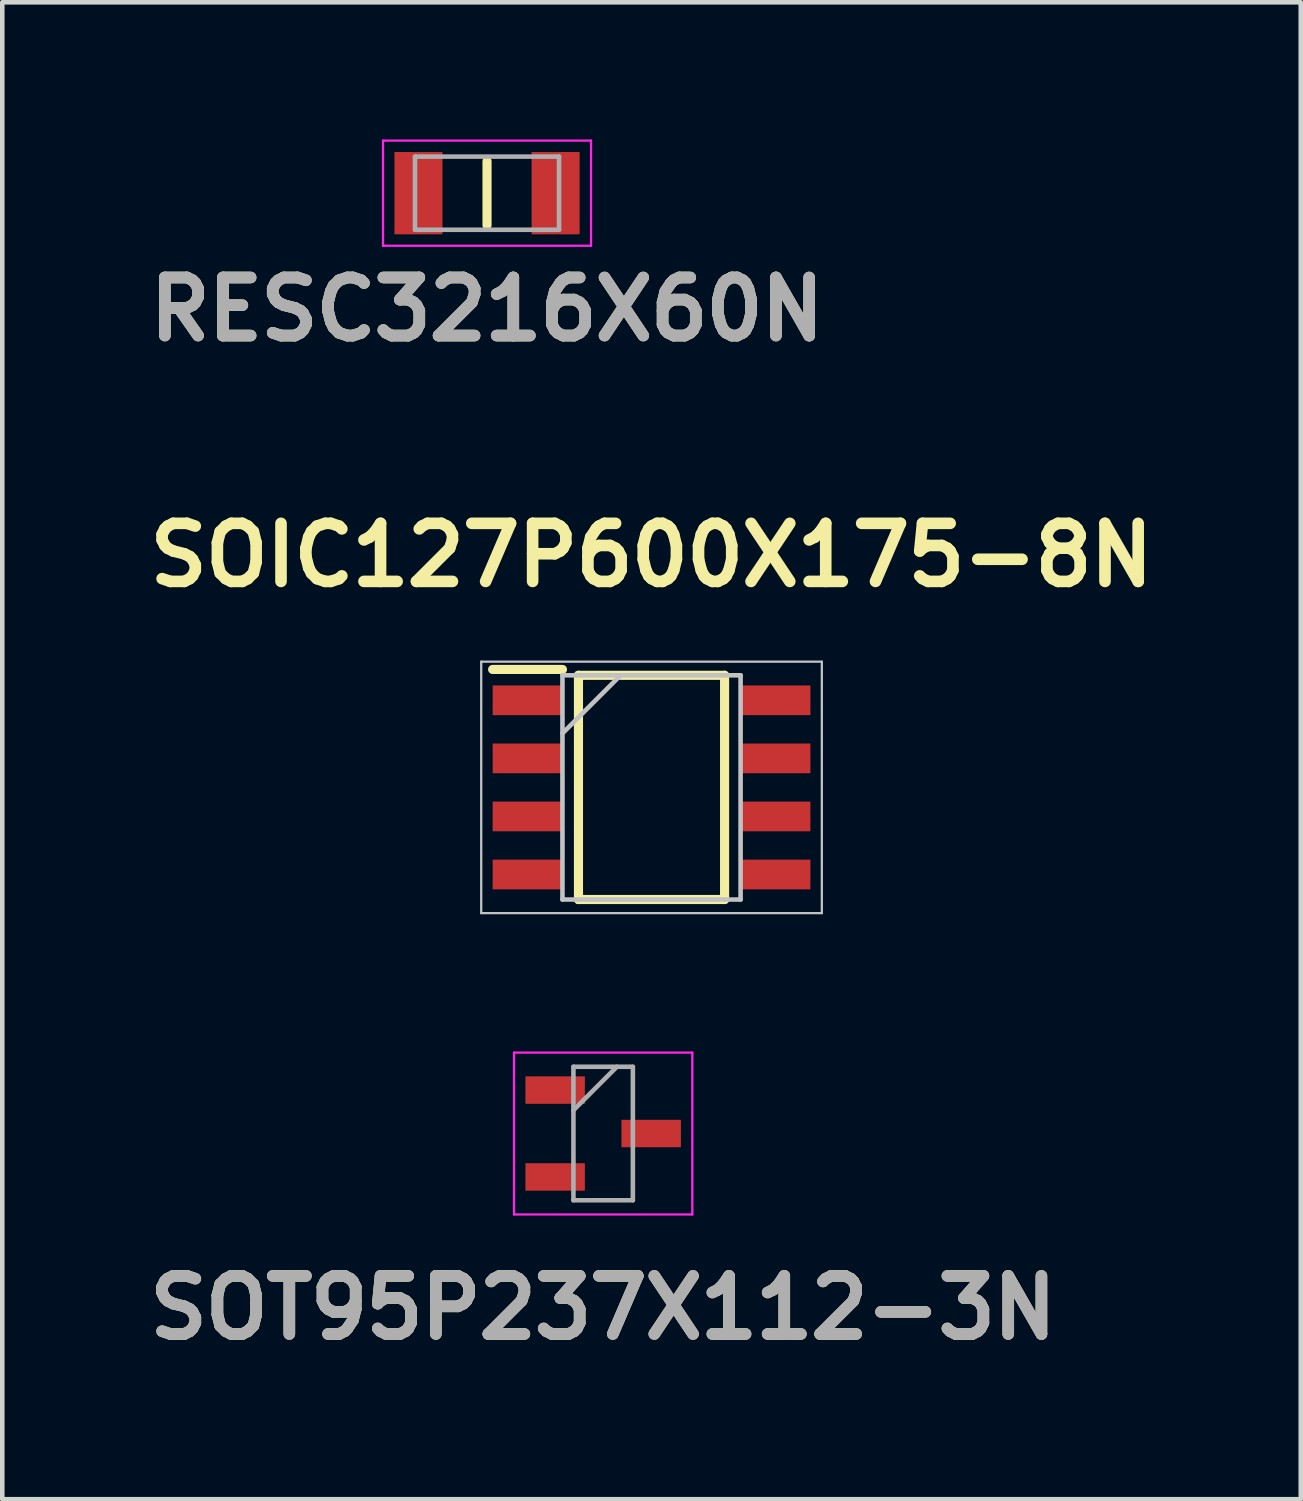
<source format=kicad_pcb>
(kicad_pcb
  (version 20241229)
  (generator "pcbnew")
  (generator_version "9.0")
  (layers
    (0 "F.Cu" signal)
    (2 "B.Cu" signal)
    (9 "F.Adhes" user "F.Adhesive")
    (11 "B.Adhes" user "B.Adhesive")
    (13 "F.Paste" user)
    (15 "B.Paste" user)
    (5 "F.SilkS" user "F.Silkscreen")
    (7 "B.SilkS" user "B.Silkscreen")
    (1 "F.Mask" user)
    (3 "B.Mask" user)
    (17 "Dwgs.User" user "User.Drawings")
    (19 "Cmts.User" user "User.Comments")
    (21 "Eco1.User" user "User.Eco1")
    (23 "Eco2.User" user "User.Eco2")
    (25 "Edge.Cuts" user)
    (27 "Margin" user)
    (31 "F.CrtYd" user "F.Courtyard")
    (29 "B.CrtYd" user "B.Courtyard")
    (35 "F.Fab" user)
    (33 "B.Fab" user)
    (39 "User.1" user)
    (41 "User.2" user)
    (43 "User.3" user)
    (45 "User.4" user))
  (footprint "SOIC127P600X175-8N"
    (layer "F.Cu")
    (at 11.2 14.172)
    (property "Reference" "SOIC127P600X175-8N" (at 0 -5.08 0) (layer "F.SilkS") (effects (font (size 1.27 1.27) (thickness 0.254))))
    (attr smd)
    (fp_line (start -3.475 -2.58) (end -1.948 -2.58) (stroke (width 0.2) (type solid)) (layer "F.SilkS"))
    (fp_line (start -1.598 -2.452) (end 1.598 -2.452) (stroke (width 0.2) (type solid)) (layer "F.SilkS"))
    (fp_line (start -1.598 2.452) (end -1.598 -2.452) (stroke (width 0.2) (type solid)) (layer "F.SilkS"))
    (fp_line (start 1.598 -2.452) (end 1.598 2.452) (stroke (width 0.2) (type solid)) (layer "F.SilkS"))
    (fp_line (start 1.598 2.452) (end -1.598 2.452) (stroke (width 0.2) (type solid)) (layer "F.SilkS"))
    (fp_line (start -3.725 -2.75) (end 3.725 -2.75) (stroke (width 0.05) (type solid)) (layer "Dwgs.User"))
    (fp_line (start -3.725 2.75) (end -3.725 -2.75) (stroke (width 0.05) (type solid)) (layer "Dwgs.User"))
    (fp_line (start -1.948 -2.452) (end 1.948 -2.452) (stroke (width 0.1) (type solid)) (layer "Dwgs.User"))
    (fp_line (start -1.948 -1.182) (end -0.678 -2.452) (stroke (width 0.1) (type solid)) (layer "Dwgs.User"))
    (fp_line (start -1.948 2.452) (end -1.948 -2.452) (stroke (width 0.1) (type solid)) (layer "Dwgs.User"))
    (fp_line (start 1.948 -2.452) (end 1.948 2.452) (stroke (width 0.1) (type solid)) (layer "Dwgs.User"))
    (fp_line (start 1.948 2.452) (end -1.948 2.452) (stroke (width 0.1) (type solid)) (layer "Dwgs.User"))
    (fp_line (start 3.725 -2.75) (end 3.725 2.75) (stroke (width 0.05) (type solid)) (layer "Dwgs.User"))
    (fp_line (start 3.725 2.75) (end -3.725 2.75) (stroke (width 0.05) (type solid)) (layer "Dwgs.User"))
    (pad "1" smd rect (at -2.711 -1.905 90) (size 0.65 1.528) (layers "F.Cu" "F.Mask" "F.Paste"))
    (pad "2" smd rect (at -2.711 -0.635 90) (size 0.65 1.528) (layers "F.Cu" "F.Mask" "F.Paste"))
    (pad "3" smd rect (at -2.711 0.635 90) (size 0.65 1.528) (layers "F.Cu" "F.Mask" "F.Paste"))
    (pad "4" smd rect (at -2.711 1.905 90) (size 0.65 1.528) (layers "F.Cu" "F.Mask" "F.Paste"))
    (pad "5" smd rect (at 2.711 1.905 90) (size 0.65 1.528) (layers "F.Cu" "F.Mask" "F.Paste"))
    (pad "6" smd rect (at 2.711 0.635 90) (size 0.65 1.528) (layers "F.Cu" "F.Mask" "F.Paste"))
    (pad "7" smd rect (at 2.711 -0.635 90) (size 0.65 1.528) (layers "F.Cu" "F.Mask" "F.Paste"))
    (pad "8" smd rect (at 2.711 -1.905 90) (size 0.65 1.528) (layers "F.Cu" "F.Mask" "F.Paste")))
  (footprint "SOT95P237X112-3N"
    (layer "F.Cu")
    (at 10.142 21.742)
    (property "Reference" "SOT95P237X112-3N" (at 0 3.81 0) (layer "F.SilkS") (effects (font (size 1.27 1.27) (thickness 0.254))))
    (attr smd)
    (fp_line (start -1.95 -1.77) (end 1.95 -1.77) (stroke (width 0.05) (type solid)) (layer "F.CrtYd"))
    (fp_line (start -1.95 1.77) (end -1.95 -1.77) (stroke (width 0.05) (type solid)) (layer "F.CrtYd"))
    (fp_line (start 1.95 -1.77) (end 1.95 1.77) (stroke (width 0.05) (type solid)) (layer "F.CrtYd"))
    (fp_line (start 1.95 1.77) (end -1.95 1.77) (stroke (width 0.05) (type solid)) (layer "F.CrtYd"))
    (fp_line (start -0.65 -1.46) (end 0.65 -1.46) (stroke (width 0.1) (type solid)) (layer "F.Fab"))
    (fp_line (start -0.65 -0.51) (end 0.3 -1.46) (stroke (width 0.1) (type solid)) (layer "F.Fab"))
    (fp_line (start -0.65 1.46) (end -0.65 -1.46) (stroke (width 0.1) (type solid)) (layer "F.Fab"))
    (fp_line (start 0.65 -1.46) (end 0.65 1.46) (stroke (width 0.1) (type solid)) (layer "F.Fab"))
    (fp_line (start 0.65 1.46) (end -0.65 1.46) (stroke (width 0.1) (type solid)) (layer "F.Fab"))
    (fp_text user "${REFERENCE}" (at 0 3.81 0) (layer "F.Fab") (effects (font (size 1.27 1.27) (thickness 0.254))))
    (pad "1" smd rect (at -1.05 -0.95 90) (size 0.6 1.3) (layers "F.Cu" "F.Mask" "F.Paste"))
    (pad "2" smd rect (at -1.05 0.95 90) (size 0.6 1.3) (layers "F.Cu" "F.Mask" "F.Paste"))
    (pad "3" smd rect (at 1.05 0 90) (size 0.6 1.3) (layers "F.Cu" "F.Mask" "F.Paste")))
  (footprint "RESC3216X60N"
    (layer "F.Cu")
    (at 7.602 1.175)
    (property "Reference" "RESC3216X60N" (at 0 2.54 0) (layer "F.SilkS") (effects (font (size 1.27 1.27) (thickness 0.254))))
    (attr smd)
    (fp_line (start 0 -0.7) (end 0 0.7) (stroke (width 0.2) (type solid)) (layer "F.SilkS"))
    (fp_line (start -2.275 -1.15) (end 2.275 -1.15) (stroke (width 0.05) (type solid)) (layer "F.CrtYd"))
    (fp_line (start -2.275 1.15) (end -2.275 -1.15) (stroke (width 0.05) (type solid)) (layer "F.CrtYd"))
    (fp_line (start 2.275 -1.15) (end 2.275 1.15) (stroke (width 0.05) (type solid)) (layer "F.CrtYd"))
    (fp_line (start 2.275 1.15) (end -2.275 1.15) (stroke (width 0.05) (type solid)) (layer "F.CrtYd"))
    (fp_line (start -1.575 -0.8) (end 1.575 -0.8) (stroke (width 0.1) (type solid)) (layer "F.Fab"))
    (fp_line (start -1.575 0.8) (end -1.575 -0.8) (stroke (width 0.1) (type solid)) (layer "F.Fab"))
    (fp_line (start 1.575 -0.8) (end 1.575 0.8) (stroke (width 0.1) (type solid)) (layer "F.Fab"))
    (fp_line (start 1.575 0.8) (end -1.575 0.8) (stroke (width 0.1) (type solid)) (layer "F.Fab"))
    (fp_text user "${REFERENCE}" (at 0 2.54 0) (layer "F.Fab") (effects (font (size 1.27 1.27) (thickness 0.254))))
    (pad "1" smd rect (at -1.5 0) (size 1.05 1.8) (layers "F.Cu" "F.Mask" "F.Paste"))
    (pad "2" smd rect (at 1.5 0) (size 1.05 1.8) (layers "F.Cu" "F.Mask" "F.Paste")))
  (gr_rect
    (start -3 -3)
    (end 25.4 29.741)
    (stroke (width 0.1) (type default))
    (fill no)
    (layer "Edge.Cuts")))
</source>
